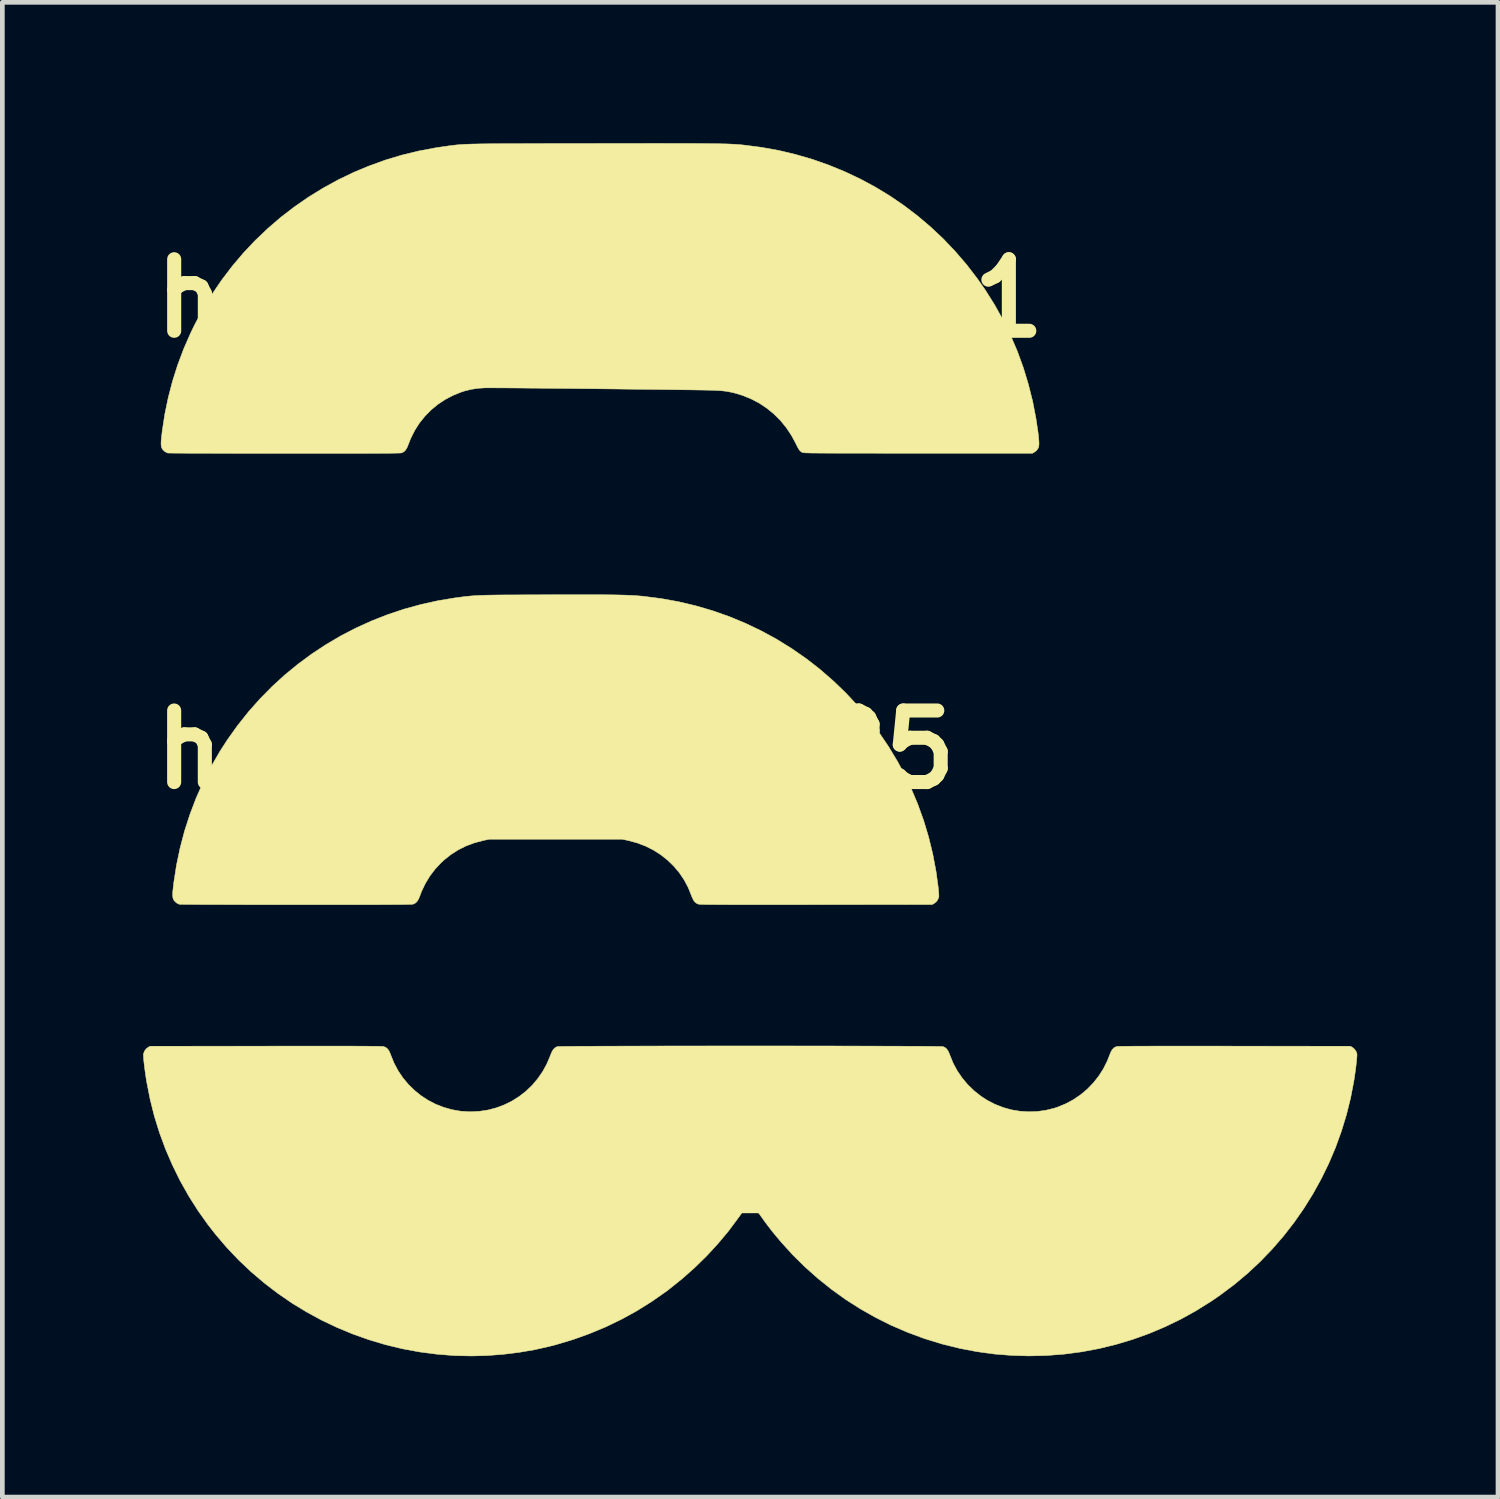
<source format=kicad_pcb>
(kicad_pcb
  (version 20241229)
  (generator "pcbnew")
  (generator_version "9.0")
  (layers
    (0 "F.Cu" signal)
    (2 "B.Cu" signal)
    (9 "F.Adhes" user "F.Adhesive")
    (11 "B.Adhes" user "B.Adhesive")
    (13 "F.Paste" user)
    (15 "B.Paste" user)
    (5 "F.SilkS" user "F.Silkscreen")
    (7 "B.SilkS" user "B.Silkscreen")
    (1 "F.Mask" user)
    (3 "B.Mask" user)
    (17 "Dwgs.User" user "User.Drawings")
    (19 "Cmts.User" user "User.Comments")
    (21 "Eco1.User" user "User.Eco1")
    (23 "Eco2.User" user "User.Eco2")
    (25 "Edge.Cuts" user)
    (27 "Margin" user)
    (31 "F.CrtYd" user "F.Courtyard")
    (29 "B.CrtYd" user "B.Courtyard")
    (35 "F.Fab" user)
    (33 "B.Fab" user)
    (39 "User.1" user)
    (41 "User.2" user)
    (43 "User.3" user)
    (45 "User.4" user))
  (footprint "halfpad-1.625s"
    (layer "F.Cu")
    (at 12.931 22.535)
    (property "Reference" "halfpad-1.625s" (at 0 0 0) (layer "F.SilkS") (effects (font (size 1.524 1.524) (thickness 0.3))))
    (attr through_hole)
    (fp_poly (pts (xy 0.364 -3.304) (xy 0.612 -3.304) (xy 0.857 -3.304) (xy 1.1 -3.303) (xy 1.339 -3.303) (xy 1.574 -3.303) (xy 1.803 -3.303) (xy 2.027 -3.302) (xy 2.243 -3.302) (xy 2.452 -3.301) (xy 2.652 -3.301) (xy 2.843 -3.3) (xy 3.024 -3.3) (xy 3.193 -3.299) (xy 3.351 -3.298) (xy 3.496 -3.298) (xy 3.628 -3.297) (xy 3.746 -3.296) (xy 3.848 -3.295) (xy 3.935 -3.294) (xy 4.005 -3.293) (xy 4.057 -3.293) (xy 4.092 -3.291) (xy 4.107 -3.29) (xy 4.107 -3.29) (xy 4.151 -3.27) (xy 4.188 -3.237) (xy 4.22 -3.189) (xy 4.248 -3.124) (xy 4.252 -3.112) (xy 4.322 -2.94) (xy 4.41 -2.776) (xy 4.514 -2.623) (xy 4.634 -2.48) (xy 4.768 -2.35) (xy 4.916 -2.233) (xy 5.05 -2.146) (xy 5.214 -2.061) (xy 5.386 -1.994) (xy 5.563 -1.944) (xy 5.744 -1.914) (xy 5.928 -1.902) (xy 6.112 -1.908) (xy 6.295 -1.933) (xy 6.475 -1.977) (xy 6.55 -2.002) (xy 6.723 -2.073) (xy 6.886 -2.161) (xy 7.039 -2.265) (xy 7.181 -2.384) (xy 7.309 -2.517) (xy 7.424 -2.662) (xy 7.524 -2.818) (xy 7.607 -2.985) (xy 7.657 -3.112) (xy 7.685 -3.18) (xy 7.715 -3.23) (xy 7.75 -3.265) (xy 7.793 -3.287) (xy 7.807 -3.291) (xy 7.816 -3.292) (xy 7.834 -3.294) (xy 7.861 -3.295) (xy 7.897 -3.296) (xy 7.944 -3.297) (xy 8.002 -3.298) (xy 8.072 -3.298) (xy 8.153 -3.299) (xy 8.247 -3.3) (xy 8.355 -3.3) (xy 8.477 -3.3) (xy 8.613 -3.301) (xy 8.764 -3.301) (xy 8.931 -3.301) (xy 9.115 -3.301) (xy 9.315 -3.301) (xy 9.533 -3.301) (xy 9.769 -3.301) (xy 10.024 -3.301) (xy 10.299 -3.3) (xy 10.318 -3.3) (xy 12.785 -3.298) (xy 12.829 -3.273) (xy 12.871 -3.238) (xy 12.905 -3.191) (xy 12.925 -3.137) (xy 12.925 -3.137) (xy 12.926 -3.114) (xy 12.924 -3.074) (xy 12.92 -3.02) (xy 12.913 -2.955) (xy 12.905 -2.88) (xy 12.895 -2.8) (xy 12.883 -2.716) (xy 12.871 -2.631) (xy 12.86 -2.561) (xy 12.79 -2.196) (xy 12.701 -1.837) (xy 12.593 -1.485) (xy 12.468 -1.139) (xy 12.325 -0.802) (xy 12.164 -0.473) (xy 11.987 -0.153) (xy 11.794 0.157) (xy 11.585 0.457) (xy 11.361 0.745) (xy 11.121 1.022) (xy 10.867 1.286) (xy 10.599 1.537) (xy 10.317 1.774) (xy 10.021 1.996) (xy 9.821 2.134) (xy 9.501 2.334) (xy 9.173 2.516) (xy 8.838 2.678) (xy 8.495 2.823) (xy 8.146 2.948) (xy 7.79 3.055) (xy 7.429 3.143) (xy 7.061 3.212) (xy 6.688 3.261) (xy 6.675 3.262) (xy 6.305 3.291) (xy 5.933 3.299) (xy 5.562 3.288) (xy 5.193 3.258) (xy 4.824 3.207) (xy 4.459 3.137) (xy 4.097 3.048) (xy 3.74 2.939) (xy 3.686 2.921) (xy 3.338 2.791) (xy 2.997 2.644) (xy 2.666 2.478) (xy 2.345 2.296) (xy 2.033 2.097) (xy 1.733 1.881) (xy 1.444 1.65) (xy 1.167 1.404) (xy 0.903 1.143) (xy 0.653 0.868) (xy 0.481 0.661) (xy 0.434 0.601) (xy 0.382 0.533) (xy 0.33 0.464) (xy 0.284 0.401) (xy 0.266 0.375) (xy 0.224 0.316) (xy 0.191 0.27) (xy 0.165 0.237) (xy 0.145 0.213) (xy 0.129 0.196) (xy 0.114 0.185) (xy 0.099 0.176) (xy 0.085 0.169) (xy 0.031 0.154) (xy -0.026 0.153) (xy -0.081 0.167) (xy -0.127 0.194) (xy -0.146 0.211) (xy -0.158 0.227) (xy -0.18 0.256) (xy -0.208 0.295) (xy -0.241 0.341) (xy -0.265 0.374) (xy -0.469 0.647) (xy -0.691 0.912) (xy -0.928 1.169) (xy -1.18 1.416) (xy -1.444 1.65) (xy -1.719 1.871) (xy -1.791 1.926) (xy -2.097 2.14) (xy -2.412 2.337) (xy -2.737 2.516) (xy -3.071 2.678) (xy -3.416 2.822) (xy -3.769 2.949) (xy -4.132 3.058) (xy -4.279 3.096) (xy -4.598 3.168) (xy -4.927 3.224) (xy -5.262 3.265) (xy -5.599 3.291) (xy -5.935 3.3) (xy -6.266 3.293) (xy -6.305 3.292) (xy -6.677 3.262) (xy -7.045 3.214) (xy -7.408 3.147) (xy -7.766 3.061) (xy -8.117 2.956) (xy -8.462 2.834) (xy -8.8 2.694) (xy -9.129 2.538) (xy -9.449 2.364) (xy -9.761 2.174) (xy -10.062 1.967) (xy -10.352 1.745) (xy -10.631 1.508) (xy -10.898 1.255) (xy -11.152 0.988) (xy -11.392 0.706) (xy -11.548 0.507) (xy -11.764 0.203) (xy -11.963 -0.111) (xy -12.145 -0.435) (xy -12.309 -0.768) (xy -12.456 -1.109) (xy -12.584 -1.457) (xy -12.694 -1.811) (xy -12.784 -2.172) (xy -12.856 -2.537) (xy -12.875 -2.656) (xy -12.888 -2.748) (xy -12.9 -2.836) (xy -12.91 -2.918) (xy -12.918 -2.99) (xy -12.923 -3.051) (xy -12.926 -3.099) (xy -12.925 -3.13) (xy -12.924 -3.137) (xy -12.905 -3.19) (xy -12.872 -3.238) (xy -12.829 -3.272) (xy -12.829 -3.273) (xy -12.785 -3.298) (xy -10.318 -3.3) (xy -10.042 -3.301) (xy -9.786 -3.301) (xy -9.549 -3.301) (xy -9.33 -3.301) (xy -9.128 -3.301) (xy -8.943 -3.301) (xy -8.775 -3.301) (xy -8.623 -3.301) (xy -8.486 -3.301) (xy -8.363 -3.3) (xy -8.254 -3.3) (xy -8.159 -3.299) (xy -8.077 -3.298) (xy -8.006 -3.298) (xy -7.948 -3.297) (xy -7.9 -3.296) (xy -7.863 -3.295) (xy -7.835 -3.294) (xy -7.817 -3.293) (xy -7.807 -3.291) (xy -7.807 -3.291) (xy -7.762 -3.272) (xy -7.725 -3.242) (xy -7.693 -3.196) (xy -7.665 -3.134) (xy -7.657 -3.112) (xy -7.587 -2.939) (xy -7.5 -2.776) (xy -7.398 -2.624) (xy -7.281 -2.484) (xy -7.152 -2.358) (xy -7.012 -2.245) (xy -6.86 -2.146) (xy -6.7 -2.063) (xy -6.531 -1.997) (xy -6.355 -1.947) (xy -6.173 -1.915) (xy -5.987 -1.902) (xy -5.955 -1.902) (xy -5.767 -1.912) (xy -5.583 -1.94) (xy -5.406 -1.987) (xy -5.236 -2.051) (xy -5.074 -2.131) (xy -4.921 -2.228) (xy -4.778 -2.339) (xy -4.647 -2.464) (xy -4.529 -2.603) (xy -4.424 -2.754) (xy -4.334 -2.917) (xy -4.26 -3.091) (xy -4.253 -3.112) (xy -4.224 -3.18) (xy -4.193 -3.231) (xy -4.157 -3.266) (xy -4.115 -3.288) (xy -4.107 -3.29) (xy -4.093 -3.291) (xy -4.061 -3.292) (xy -4.009 -3.293) (xy -3.941 -3.294) (xy -3.855 -3.295) (xy -3.754 -3.296) (xy -3.637 -3.297) (xy -3.507 -3.298) (xy -3.362 -3.298) (xy -3.205 -3.299) (xy -3.037 -3.3) (xy -2.857 -3.3) (xy -2.667 -3.301) (xy -2.467 -3.301) (xy -2.259 -3.302) (xy -2.043 -3.302) (xy -1.82 -3.303) (xy -1.591 -3.303) (xy -1.357 -3.303) (xy -1.118 -3.303) (xy -0.876 -3.304) (xy -0.63 -3.304) (xy -0.383 -3.304) (xy -0.134 -3.304) (xy 0.115 -3.304) (xy 0.364 -3.304)) (stroke (width 0.01) (type solid)) (fill yes) (layer "F.SilkS")))
  (footprint "halfpad-1.25-1"
    (layer "F.Cu")
    (at 9.732 3.307)
    (property "Reference" "halfpad-1.25-1" (at 0 0 0) (layer "F.SilkS") (effects (font (size 1.524 1.524) (thickness 0.3))))
    (attr through_hole)
    (fp_poly (pts (xy 1.459 -3.301) (xy 1.626 -3.301) (xy 1.78 -3.301) (xy 1.921 -3.301) (xy 2.049 -3.3) (xy 2.166 -3.299) (xy 2.272 -3.298) (xy 2.368 -3.297) (xy 2.456 -3.296) (xy 2.534 -3.295) (xy 2.606 -3.293) (xy 2.67 -3.292) (xy 2.728 -3.29) (xy 2.781 -3.288) (xy 2.83 -3.285) (xy 2.875 -3.283) (xy 2.916 -3.28) (xy 2.956 -3.277) (xy 2.994 -3.274) (xy 3.032 -3.27) (xy 3.062 -3.267) (xy 3.436 -3.219) (xy 3.804 -3.153) (xy 4.166 -3.067) (xy 4.521 -2.964) (xy 4.868 -2.842) (xy 5.208 -2.703) (xy 5.539 -2.547) (xy 5.861 -2.374) (xy 6.173 -2.185) (xy 6.474 -1.979) (xy 6.765 -1.758) (xy 7.044 -1.521) (xy 7.312 -1.269) (xy 7.566 -1.002) (xy 7.808 -0.721) (xy 8.035 -0.425) (xy 8.204 -0.184) (xy 8.401 0.129) (xy 8.582 0.453) (xy 8.744 0.785) (xy 8.89 1.126) (xy 9.017 1.475) (xy 9.125 1.832) (xy 9.216 2.194) (xy 9.287 2.563) (xy 9.328 2.837) (xy 9.339 2.927) (xy 9.346 2.999) (xy 9.35 3.056) (xy 9.351 3.102) (xy 9.348 3.138) (xy 9.342 3.167) (xy 9.332 3.191) (xy 9.326 3.203) (xy 9.292 3.245) (xy 9.256 3.273) (xy 9.212 3.298) (xy 6.775 3.298) (xy 6.514 3.298) (xy 6.272 3.298) (xy 6.049 3.298) (xy 5.843 3.297) (xy 5.655 3.297) (xy 5.483 3.297) (xy 5.326 3.297) (xy 5.184 3.297) (xy 5.056 3.297) (xy 4.941 3.296) (xy 4.839 3.296) (xy 4.749 3.295) (xy 4.67 3.295) (xy 4.601 3.294) (xy 4.541 3.294) (xy 4.491 3.293) (xy 4.448 3.292) (xy 4.413 3.291) (xy 4.384 3.29) (xy 4.361 3.289) (xy 4.344 3.287) (xy 4.33 3.286) (xy 4.32 3.285) (xy 4.313 3.283) (xy 4.308 3.281) (xy 4.306 3.28) (xy 4.281 3.264) (xy 4.26 3.246) (xy 4.24 3.221) (xy 4.219 3.186) (xy 4.194 3.139) (xy 4.174 3.097) (xy 4.078 2.919) (xy 3.968 2.753) (xy 3.844 2.601) (xy 3.706 2.464) (xy 3.556 2.341) (xy 3.395 2.233) (xy 3.222 2.142) (xy 3.04 2.068) (xy 2.892 2.022) (xy 2.802 2) (xy 2.716 1.983) (xy 2.628 1.971) (xy 2.534 1.963) (xy 2.427 1.957) (xy 2.382 1.956) (xy 2.335 1.955) (xy 2.271 1.954) (xy 2.191 1.952) (xy 2.095 1.951) (xy 1.985 1.949) (xy 1.862 1.947) (xy 1.727 1.946) (xy 1.581 1.944) (xy 1.426 1.942) (xy 1.261 1.94) (xy 1.089 1.938) (xy 0.911 1.936) (xy 0.727 1.934) (xy 0.538 1.932) (xy 0.347 1.929) (xy 0.153 1.927) (xy -0.041 1.925) (xy -0.236 1.923) (xy -0.429 1.921) (xy -0.62 1.919) (xy -0.807 1.917) (xy -0.99 1.916) (xy -1.167 1.914) (xy -1.337 1.912) (xy -1.5 1.911) (xy -1.654 1.909) (xy -1.797 1.908) (xy -1.93 1.907) (xy -2.05 1.906) (xy -2.157 1.906) (xy -2.249 1.905) (xy -2.326 1.905) (xy -2.386 1.905) (xy -2.428 1.905) (xy -2.452 1.905) (xy -2.452 1.905) (xy -2.604 1.915) (xy -2.745 1.937) (xy -2.883 1.971) (xy -2.963 1.997) (xy -3.138 2.068) (xy -3.304 2.156) (xy -3.458 2.259) (xy -3.601 2.377) (xy -3.73 2.509) (xy -3.846 2.653) (xy -3.946 2.809) (xy -4.03 2.975) (xy -4.084 3.112) (xy -4.112 3.18) (xy -4.143 3.231) (xy -4.179 3.266) (xy -4.222 3.288) (xy -4.23 3.29) (xy -4.238 3.292) (xy -4.255 3.293) (xy -4.281 3.294) (xy -4.317 3.295) (xy -4.362 3.296) (xy -4.418 3.297) (xy -4.486 3.298) (xy -4.565 3.299) (xy -4.657 3.299) (xy -4.763 3.3) (xy -4.882 3.3) (xy -5.015 3.301) (xy -5.163 3.301) (xy -5.327 3.301) (xy -5.508 3.302) (xy -5.705 3.302) (xy -5.919 3.302) (xy -6.152 3.302) (xy -6.403 3.302) (xy -6.674 3.302) (xy -6.726 3.302) (xy -6.947 3.302) (xy -7.163 3.301) (xy -7.372 3.301) (xy -7.575 3.301) (xy -7.77 3.301) (xy -7.956 3.3) (xy -8.133 3.3) (xy -8.3 3.299) (xy -8.456 3.299) (xy -8.599 3.298) (xy -8.73 3.298) (xy -8.846 3.297) (xy -8.948 3.296) (xy -9.035 3.296) (xy -9.105 3.295) (xy -9.158 3.294) (xy -9.193 3.294) (xy -9.209 3.293) (xy -9.21 3.293) (xy -9.266 3.266) (xy -9.311 3.225) (xy -9.328 3.201) (xy -9.339 3.177) (xy -9.346 3.15) (xy -9.35 3.116) (xy -9.351 3.074) (xy -9.348 3.02) (xy -9.341 2.952) (xy -9.331 2.867) (xy -9.328 2.837) (xy -9.272 2.47) (xy -9.198 2.112) (xy -9.107 1.762) (xy -8.998 1.419) (xy -8.871 1.08) (xy -8.724 0.744) (xy -8.635 0.56) (xy -8.46 0.232) (xy -8.268 -0.085) (xy -8.061 -0.39) (xy -7.838 -0.683) (xy -7.601 -0.964) (xy -7.349 -1.231) (xy -7.084 -1.484) (xy -6.806 -1.724) (xy -6.515 -1.948) (xy -6.212 -2.158) (xy -5.898 -2.351) (xy -5.574 -2.529) (xy -5.238 -2.69) (xy -4.929 -2.819) (xy -4.579 -2.946) (xy -4.223 -3.053) (xy -3.862 -3.141) (xy -3.493 -3.21) (xy -3.31 -3.237) (xy -3.266 -3.243) (xy -3.226 -3.249) (xy -3.188 -3.254) (xy -3.151 -3.259) (xy -3.116 -3.263) (xy -3.08 -3.267) (xy -3.044 -3.271) (xy -3.007 -3.274) (xy -2.966 -3.277) (xy -2.923 -3.28) (xy -2.876 -3.283) (xy -2.824 -3.285) (xy -2.767 -3.287) (xy -2.703 -3.289) (xy -2.632 -3.29) (xy -2.553 -3.292) (xy -2.466 -3.293) (xy -2.369 -3.294) (xy -2.261 -3.295) (xy -2.142 -3.296) (xy -2.012 -3.296) (xy -1.868 -3.297) (xy -1.711 -3.297) (xy -1.54 -3.298) (xy -1.353 -3.298) (xy -1.15 -3.299) (xy -0.931 -3.299) (xy -0.694 -3.299) (xy -0.438 -3.3) (xy -0.165 -3.3) (xy 0.121 -3.301) (xy 0.387 -3.301) (xy 0.635 -3.301) (xy 0.866 -3.301) (xy 1.079 -3.302) (xy 1.277 -3.302) (xy 1.459 -3.301)) (stroke (width 0.01) (type solid)) (fill yes) (layer "F.SilkS")))
  (footprint "halfpad-1.125"
    (layer "F.Cu")
    (at 8.788 12.92)
    (property "Reference" "halfpad-1.125" (at 0 0 0) (layer "F.SilkS") (effects (font (size 1.524 1.524) (thickness 0.3))))
    (attr through_hole)
    (fp_poly (pts (xy 0.769 -3.301) (xy 0.907 -3.301) (xy 1.032 -3.3) (xy 1.145 -3.299) (xy 1.246 -3.298) (xy 1.338 -3.296) (xy 1.421 -3.294) (xy 1.496 -3.292) (xy 1.564 -3.289) (xy 1.627 -3.286) (xy 1.686 -3.283) (xy 1.741 -3.279) (xy 1.794 -3.274) (xy 1.846 -3.27) (xy 1.871 -3.267) (xy 2.248 -3.219) (xy 2.618 -3.152) (xy 2.982 -3.066) (xy 3.34 -2.961) (xy 3.691 -2.838) (xy 4.034 -2.696) (xy 4.37 -2.536) (xy 4.698 -2.358) (xy 5.017 -2.161) (xy 5.041 -2.145) (xy 5.343 -1.935) (xy 5.633 -1.709) (xy 5.911 -1.467) (xy 6.176 -1.212) (xy 6.427 -0.943) (xy 6.664 -0.662) (xy 6.885 -0.369) (xy 7.09 -0.066) (xy 7.279 0.247) (xy 7.401 0.473) (xy 7.566 0.814) (xy 7.712 1.16) (xy 7.838 1.51) (xy 7.945 1.866) (xy 8.033 2.228) (xy 8.102 2.595) (xy 8.147 2.925) (xy 8.153 2.985) (xy 8.158 3.04) (xy 8.161 3.087) (xy 8.162 3.121) (xy 8.161 3.137) (xy 8.141 3.19) (xy 8.108 3.238) (xy 8.065 3.272) (xy 8.065 3.273) (xy 8.021 3.298) (xy 5.554 3.3) (xy 5.279 3.301) (xy 5.022 3.301) (xy 4.785 3.301) (xy 4.566 3.301) (xy 4.364 3.301) (xy 4.18 3.301) (xy 4.011 3.301) (xy 3.859 3.301) (xy 3.722 3.301) (xy 3.599 3.3) (xy 3.491 3.3) (xy 3.395 3.299) (xy 3.313 3.298) (xy 3.243 3.298) (xy 3.184 3.297) (xy 3.136 3.296) (xy 3.099 3.295) (xy 3.072 3.294) (xy 3.053 3.293) (xy 3.043 3.291) (xy 3.043 3.291) (xy 2.999 3.272) (xy 2.961 3.242) (xy 2.93 3.196) (xy 2.902 3.134) (xy 2.893 3.112) (xy 2.823 2.938) (xy 2.736 2.774) (xy 2.633 2.621) (xy 2.515 2.481) (xy 2.383 2.353) (xy 2.239 2.239) (xy 2.083 2.139) (xy 1.916 2.055) (xy 1.738 1.987) (xy 1.552 1.936) (xy 1.542 1.934) (xy 1.416 1.907) (xy -1.416 1.907) (xy -1.542 1.934) (xy -1.731 1.984) (xy -1.909 2.05) (xy -2.075 2.133) (xy -2.231 2.232) (xy -2.378 2.349) (xy -2.436 2.402) (xy -2.565 2.539) (xy -2.679 2.688) (xy -2.776 2.848) (xy -2.857 3.016) (xy -2.893 3.112) (xy -2.921 3.18) (xy -2.952 3.231) (xy -2.988 3.266) (xy -3.031 3.288) (xy -3.039 3.29) (xy -3.047 3.292) (xy -3.064 3.293) (xy -3.09 3.294) (xy -3.126 3.295) (xy -3.171 3.296) (xy -3.227 3.297) (xy -3.295 3.298) (xy -3.374 3.299) (xy -3.466 3.299) (xy -3.572 3.3) (xy -3.691 3.3) (xy -3.824 3.301) (xy -3.972 3.301) (xy -4.136 3.301) (xy -4.317 3.302) (xy -4.514 3.302) (xy -4.728 3.302) (xy -4.961 3.302) (xy -5.212 3.302) (xy -5.483 3.302) (xy -5.536 3.302) (xy -5.756 3.302) (xy -5.972 3.301) (xy -6.181 3.301) (xy -6.384 3.301) (xy -6.579 3.301) (xy -6.765 3.3) (xy -6.942 3.3) (xy -7.109 3.299) (xy -7.265 3.299) (xy -7.408 3.298) (xy -7.539 3.298) (xy -7.655 3.297) (xy -7.758 3.296) (xy -7.844 3.296) (xy -7.914 3.295) (xy -7.967 3.294) (xy -8.002 3.294) (xy -8.018 3.293) (xy -8.019 3.293) (xy -8.075 3.266) (xy -8.12 3.225) (xy -8.137 3.201) (xy -8.148 3.177) (xy -8.155 3.15) (xy -8.159 3.116) (xy -8.16 3.074) (xy -8.157 3.02) (xy -8.15 2.952) (xy -8.14 2.867) (xy -8.137 2.837) (xy -8.079 2.463) (xy -8.002 2.095) (xy -7.907 1.733) (xy -7.792 1.378) (xy -7.66 1.03) (xy -7.509 0.69) (xy -7.34 0.358) (xy -7.153 0.035) (xy -6.992 -0.214) (xy -6.776 -0.517) (xy -6.545 -0.807) (xy -6.3 -1.083) (xy -6.042 -1.345) (xy -5.772 -1.592) (xy -5.489 -1.824) (xy -5.195 -2.041) (xy -4.89 -2.242) (xy -4.575 -2.427) (xy -4.25 -2.595) (xy -3.917 -2.746) (xy -3.575 -2.88) (xy -3.226 -2.996) (xy -2.87 -3.094) (xy -2.507 -3.174) (xy -2.139 -3.235) (xy -2.12 -3.237) (xy -2.062 -3.245) (xy -2.008 -3.252) (xy -1.957 -3.259) (xy -1.908 -3.264) (xy -1.861 -3.269) (xy -1.813 -3.274) (xy -1.763 -3.278) (xy -1.711 -3.282) (xy -1.655 -3.285) (xy -1.594 -3.287) (xy -1.526 -3.29) (xy -1.451 -3.292) (xy -1.367 -3.293) (xy -1.273 -3.295) (xy -1.168 -3.296) (xy -1.05 -3.297) (xy -0.919 -3.297) (xy -0.774 -3.298) (xy -0.612 -3.299) (xy -0.433 -3.299) (xy -0.236 -3.3) (xy -0.16 -3.3) (xy 0.061 -3.301) (xy 0.264 -3.301) (xy 0.449 -3.301) (xy 0.617 -3.301) (xy 0.769 -3.301)) (stroke (width 0.01) (type solid)) (fill yes) (layer "F.SilkS")))
  (gr_rect
    (start -3 -3)
    (end 28.861 28.841)
    (stroke (width 0.1) (type default))
    (fill no)
    (layer "Edge.Cuts")))
</source>
